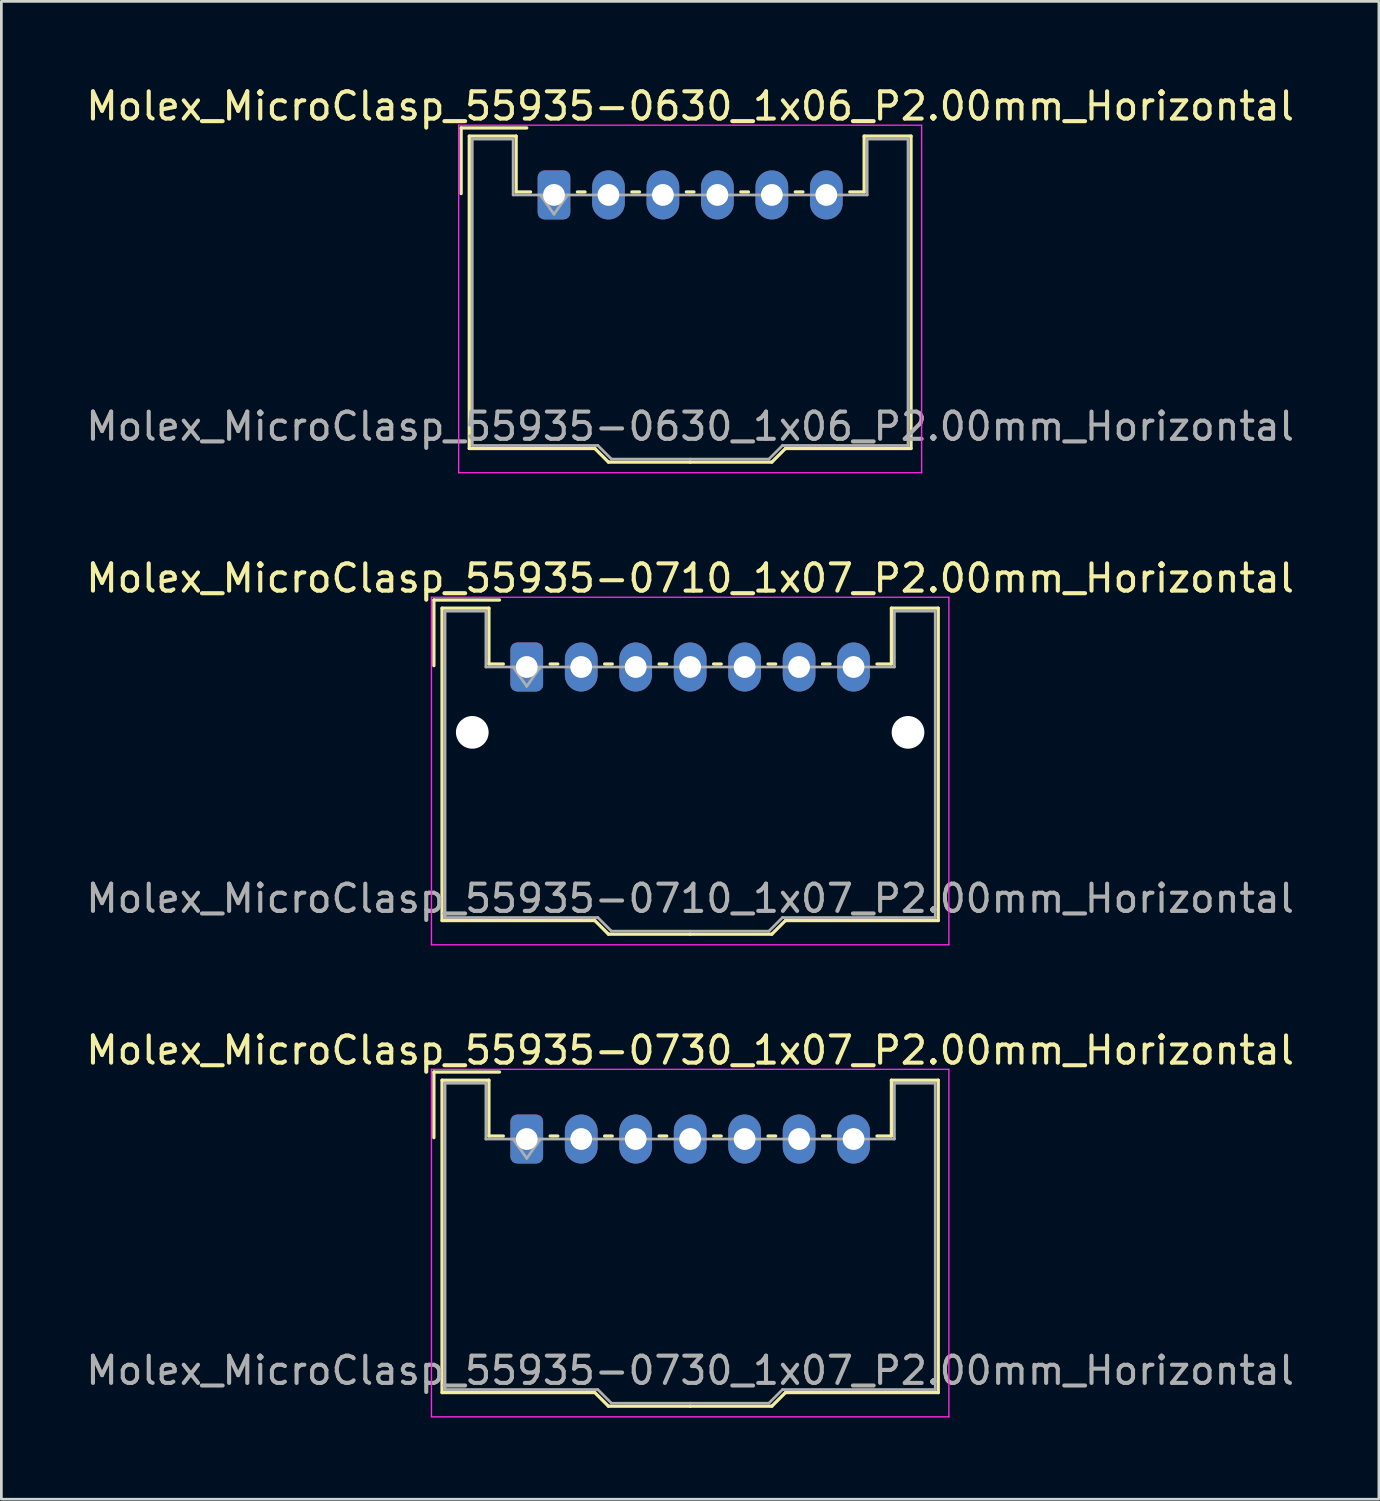
<source format=kicad_pcb>
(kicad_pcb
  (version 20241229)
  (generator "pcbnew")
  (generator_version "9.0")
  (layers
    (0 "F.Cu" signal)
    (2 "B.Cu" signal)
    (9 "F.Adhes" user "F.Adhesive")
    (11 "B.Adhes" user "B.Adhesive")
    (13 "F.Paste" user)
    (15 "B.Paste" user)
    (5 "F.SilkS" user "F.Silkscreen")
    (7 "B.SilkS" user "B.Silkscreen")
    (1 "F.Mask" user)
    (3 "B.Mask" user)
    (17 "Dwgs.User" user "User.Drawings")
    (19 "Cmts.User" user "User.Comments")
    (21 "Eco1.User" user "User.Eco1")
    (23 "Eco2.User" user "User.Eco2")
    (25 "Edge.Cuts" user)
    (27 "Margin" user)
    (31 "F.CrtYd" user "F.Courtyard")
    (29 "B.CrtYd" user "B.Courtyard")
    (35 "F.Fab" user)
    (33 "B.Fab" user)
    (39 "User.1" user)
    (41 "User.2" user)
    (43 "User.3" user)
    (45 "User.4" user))
  (footprint "Molex_MicroClasp_55935-0630_1x06_P2.00mm_Horizontal"
    (layer "F.Cu")
    (at 17.292 4.108)
    (property "Reference" "Molex_MicroClasp_55935-0630_1x06_P2.00mm_Horizontal" (at 5 -3.26 0) (layer "F.SilkS") (effects (font (size 1 1) (thickness 0.15))))
    (attr through_hole)
    (fp_line (start -3.41 -2.46) (end -1 -2.46) (stroke (width 0.12) (type solid)) (layer "F.SilkS"))
    (fp_line (start -3.41 -0.05) (end -3.41 -2.46) (stroke (width 0.12) (type solid)) (layer "F.SilkS"))
    (fp_line (start -3.11 -2.16) (end -1.39 -2.16) (stroke (width 0.12) (type solid)) (layer "F.SilkS"))
    (fp_line (start -3.11 9.31) (end -3.11 -2.16) (stroke (width 0.12) (type solid)) (layer "F.SilkS"))
    (fp_line (start -1.39 -2.16) (end -1.39 -0.11) (stroke (width 0.12) (type solid)) (layer "F.SilkS"))
    (fp_line (start -1.39 -0.11) (end -0.86 -0.11) (stroke (width 0.12) (type solid)) (layer "F.SilkS"))
    (fp_line (start 0.86 -0.11) (end 1.14 -0.11) (stroke (width 0.12) (type solid)) (layer "F.SilkS"))
    (fp_line (start 1.5 9.31) (end -3.11 9.31) (stroke (width 0.12) (type solid)) (layer "F.SilkS"))
    (fp_line (start 2 9.81) (end 1.5 9.31) (stroke (width 0.12) (type solid)) (layer "F.SilkS"))
    (fp_line (start 2.86 -0.11) (end 3.14 -0.11) (stroke (width 0.12) (type solid)) (layer "F.SilkS"))
    (fp_line (start 4.86 -0.11) (end 5.14 -0.11) (stroke (width 0.12) (type solid)) (layer "F.SilkS"))
    (fp_line (start 5 9.81) (end 2 9.81) (stroke (width 0.12) (type solid)) (layer "F.SilkS"))
    (fp_line (start 5 9.81) (end 8 9.81) (stroke (width 0.12) (type solid)) (layer "F.SilkS"))
    (fp_line (start 6.86 -0.11) (end 7.14 -0.11) (stroke (width 0.12) (type solid)) (layer "F.SilkS"))
    (fp_line (start 8 9.81) (end 8.5 9.31) (stroke (width 0.12) (type solid)) (layer "F.SilkS"))
    (fp_line (start 8.5 9.31) (end 13.11 9.31) (stroke (width 0.12) (type solid)) (layer "F.SilkS"))
    (fp_line (start 8.86 -0.11) (end 9.14 -0.11) (stroke (width 0.12) (type solid)) (layer "F.SilkS"))
    (fp_line (start 11.39 -2.16) (end 11.39 -0.11) (stroke (width 0.12) (type solid)) (layer "F.SilkS"))
    (fp_line (start 11.39 -0.11) (end 10.86 -0.11) (stroke (width 0.12) (type solid)) (layer "F.SilkS"))
    (fp_line (start 13.11 -2.16) (end 11.39 -2.16) (stroke (width 0.12) (type solid)) (layer "F.SilkS"))
    (fp_line (start 13.11 9.31) (end 13.11 -2.16) (stroke (width 0.12) (type solid)) (layer "F.SilkS"))
    (fp_line (start -3.5 -2.56) (end -3.5 10.2) (stroke (width 0.05) (type solid)) (layer "F.CrtYd"))
    (fp_line (start -3.5 10.2) (end 13.5 10.2) (stroke (width 0.05) (type solid)) (layer "F.CrtYd"))
    (fp_line (start 13.5 -2.56) (end -3.5 -2.56) (stroke (width 0.05) (type solid)) (layer "F.CrtYd"))
    (fp_line (start 13.5 10.2) (end 13.5 -2.56) (stroke (width 0.05) (type solid)) (layer "F.CrtYd"))
    (fp_line (start -3 -2.05) (end -1.5 -2.05) (stroke (width 0.1) (type solid)) (layer "F.Fab"))
    (fp_line (start -3 9.2) (end -3 -2.05) (stroke (width 0.1) (type solid)) (layer "F.Fab"))
    (fp_line (start -1.5 -2.05) (end -1.5 0) (stroke (width 0.1) (type solid)) (layer "F.Fab"))
    (fp_line (start -1.5 0) (end 5 0) (stroke (width 0.1) (type solid)) (layer "F.Fab"))
    (fp_line (start -0.5 0) (end 0 0.707) (stroke (width 0.1) (type solid)) (layer "F.Fab"))
    (fp_line (start 0 0.707) (end 0.5 0) (stroke (width 0.1) (type solid)) (layer "F.Fab"))
    (fp_line (start 1.61 9.2) (end -3 9.2) (stroke (width 0.1) (type solid)) (layer "F.Fab"))
    (fp_line (start 2.11 9.7) (end 1.61 9.2) (stroke (width 0.1) (type solid)) (layer "F.Fab"))
    (fp_line (start 5 9.7) (end 2.11 9.7) (stroke (width 0.1) (type solid)) (layer "F.Fab"))
    (fp_line (start 5 9.7) (end 7.89 9.7) (stroke (width 0.1) (type solid)) (layer "F.Fab"))
    (fp_line (start 7.89 9.7) (end 8.39 9.2) (stroke (width 0.1) (type solid)) (layer "F.Fab"))
    (fp_line (start 8.39 9.2) (end 13 9.2) (stroke (width 0.1) (type solid)) (layer "F.Fab"))
    (fp_line (start 11.5 -2.05) (end 11.5 0) (stroke (width 0.1) (type solid)) (layer "F.Fab"))
    (fp_line (start 11.5 0) (end 5 0) (stroke (width 0.1) (type solid)) (layer "F.Fab"))
    (fp_line (start 13 -2.05) (end 11.5 -2.05) (stroke (width 0.1) (type solid)) (layer "F.Fab"))
    (fp_line (start 13 9.2) (end 13 -2.05) (stroke (width 0.1) (type solid)) (layer "F.Fab"))
    (fp_text user "${REFERENCE}" (at 5 8.5 0) (layer "F.Fab") (effects (font (size 1 1) (thickness 0.15))))
    (pad "1" thru_hole roundrect (at 0 0) (size 1.2 1.8) (drill 0.8) (layers "*.Cu" "*.Mask") (roundrect_rratio 0.208))
    (pad "2" thru_hole oval (at 2 0) (size 1.2 1.8) (drill 0.8) (layers "*.Cu" "*.Mask"))
    (pad "3" thru_hole oval (at 4 0) (size 1.2 1.8) (drill 0.8) (layers "*.Cu" "*.Mask"))
    (pad "4" thru_hole oval (at 6 0) (size 1.2 1.8) (drill 0.8) (layers "*.Cu" "*.Mask"))
    (pad "5" thru_hole oval (at 8 0) (size 1.2 1.8) (drill 0.8) (layers "*.Cu" "*.Mask"))
    (pad "6" thru_hole oval (at 10 0) (size 1.2 1.8) (drill 0.8) (layers "*.Cu" "*.Mask")))
  (footprint "Molex_MicroClasp_55935-0710_1x07_P2.00mm_Horizontal"
    (layer "F.Cu")
    (at 16.292 21.442)
    (property "Reference" "Molex_MicroClasp_55935-0710_1x07_P2.00mm_Horizontal" (at 6 -3.26 0) (layer "F.SilkS") (effects (font (size 1 1) (thickness 0.15))))
    (attr through_hole)
    (fp_line (start -3.41 -2.46) (end -1 -2.46) (stroke (width 0.12) (type solid)) (layer "F.SilkS"))
    (fp_line (start -3.41 -0.05) (end -3.41 -2.46) (stroke (width 0.12) (type solid)) (layer "F.SilkS"))
    (fp_line (start -3.11 -2.16) (end -1.39 -2.16) (stroke (width 0.12) (type solid)) (layer "F.SilkS"))
    (fp_line (start -3.11 9.31) (end -3.11 -2.16) (stroke (width 0.12) (type solid)) (layer "F.SilkS"))
    (fp_line (start -1.39 -2.16) (end -1.39 -0.11) (stroke (width 0.12) (type solid)) (layer "F.SilkS"))
    (fp_line (start -1.39 -0.11) (end -0.86 -0.11) (stroke (width 0.12) (type solid)) (layer "F.SilkS"))
    (fp_line (start 0.86 -0.11) (end 1.14 -0.11) (stroke (width 0.12) (type solid)) (layer "F.SilkS"))
    (fp_line (start 2.5 9.31) (end -3.11 9.31) (stroke (width 0.12) (type solid)) (layer "F.SilkS"))
    (fp_line (start 2.86 -0.11) (end 3.14 -0.11) (stroke (width 0.12) (type solid)) (layer "F.SilkS"))
    (fp_line (start 3 9.81) (end 2.5 9.31) (stroke (width 0.12) (type solid)) (layer "F.SilkS"))
    (fp_line (start 4.86 -0.11) (end 5.14 -0.11) (stroke (width 0.12) (type solid)) (layer "F.SilkS"))
    (fp_line (start 6 9.81) (end 3 9.81) (stroke (width 0.12) (type solid)) (layer "F.SilkS"))
    (fp_line (start 6 9.81) (end 9 9.81) (stroke (width 0.12) (type solid)) (layer "F.SilkS"))
    (fp_line (start 6.86 -0.11) (end 7.14 -0.11) (stroke (width 0.12) (type solid)) (layer "F.SilkS"))
    (fp_line (start 8.86 -0.11) (end 9.14 -0.11) (stroke (width 0.12) (type solid)) (layer "F.SilkS"))
    (fp_line (start 9 9.81) (end 9.5 9.31) (stroke (width 0.12) (type solid)) (layer "F.SilkS"))
    (fp_line (start 9.5 9.31) (end 15.11 9.31) (stroke (width 0.12) (type solid)) (layer "F.SilkS"))
    (fp_line (start 10.86 -0.11) (end 11.14 -0.11) (stroke (width 0.12) (type solid)) (layer "F.SilkS"))
    (fp_line (start 13.39 -2.16) (end 13.39 -0.11) (stroke (width 0.12) (type solid)) (layer "F.SilkS"))
    (fp_line (start 13.39 -0.11) (end 12.86 -0.11) (stroke (width 0.12) (type solid)) (layer "F.SilkS"))
    (fp_line (start 15.11 -2.16) (end 13.39 -2.16) (stroke (width 0.12) (type solid)) (layer "F.SilkS"))
    (fp_line (start 15.11 9.31) (end 15.11 -2.16) (stroke (width 0.12) (type solid)) (layer "F.SilkS"))
    (fp_line (start -3.5 -2.56) (end -3.5 10.2) (stroke (width 0.05) (type solid)) (layer "F.CrtYd"))
    (fp_line (start -3.5 10.2) (end 15.5 10.2) (stroke (width 0.05) (type solid)) (layer "F.CrtYd"))
    (fp_line (start 15.5 -2.56) (end -3.5 -2.56) (stroke (width 0.05) (type solid)) (layer "F.CrtYd"))
    (fp_line (start 15.5 10.2) (end 15.5 -2.56) (stroke (width 0.05) (type solid)) (layer "F.CrtYd"))
    (fp_line (start -3 -2.05) (end -1.5 -2.05) (stroke (width 0.1) (type solid)) (layer "F.Fab"))
    (fp_line (start -3 9.2) (end -3 -2.05) (stroke (width 0.1) (type solid)) (layer "F.Fab"))
    (fp_line (start -1.5 -2.05) (end -1.5 0) (stroke (width 0.1) (type solid)) (layer "F.Fab"))
    (fp_line (start -1.5 0) (end 6 0) (stroke (width 0.1) (type solid)) (layer "F.Fab"))
    (fp_line (start -0.5 0) (end 0 0.707) (stroke (width 0.1) (type solid)) (layer "F.Fab"))
    (fp_line (start 0 0.707) (end 0.5 0) (stroke (width 0.1) (type solid)) (layer "F.Fab"))
    (fp_line (start 2.61 9.2) (end -3 9.2) (stroke (width 0.1) (type solid)) (layer "F.Fab"))
    (fp_line (start 3.11 9.7) (end 2.61 9.2) (stroke (width 0.1) (type solid)) (layer "F.Fab"))
    (fp_line (start 6 9.7) (end 3.11 9.7) (stroke (width 0.1) (type solid)) (layer "F.Fab"))
    (fp_line (start 6 9.7) (end 8.89 9.7) (stroke (width 0.1) (type solid)) (layer "F.Fab"))
    (fp_line (start 8.89 9.7) (end 9.39 9.2) (stroke (width 0.1) (type solid)) (layer "F.Fab"))
    (fp_line (start 9.39 9.2) (end 15 9.2) (stroke (width 0.1) (type solid)) (layer "F.Fab"))
    (fp_line (start 13.5 -2.05) (end 13.5 0) (stroke (width 0.1) (type solid)) (layer "F.Fab"))
    (fp_line (start 13.5 0) (end 6 0) (stroke (width 0.1) (type solid)) (layer "F.Fab"))
    (fp_line (start 15 -2.05) (end 13.5 -2.05) (stroke (width 0.1) (type solid)) (layer "F.Fab"))
    (fp_line (start 15 9.2) (end 15 -2.05) (stroke (width 0.1) (type solid)) (layer "F.Fab"))
    (fp_text user "${REFERENCE}" (at 6 8.5 0) (layer "F.Fab") (effects (font (size 1 1) (thickness 0.15))))
    (pad "" np_thru_hole circle (at -2 2.4) (size 1.2 1.2) (drill 1.2) (layers "*.Cu" "*.Mask"))
    (pad "" np_thru_hole circle (at 14 2.4) (size 1.2 1.2) (drill 1.2) (layers "*.Cu" "*.Mask"))
    (pad "1" thru_hole roundrect (at 0 0) (size 1.2 1.8) (drill 0.8) (layers "*.Cu" "*.Mask") (roundrect_rratio 0.208))
    (pad "2" thru_hole oval (at 2 0) (size 1.2 1.8) (drill 0.8) (layers "*.Cu" "*.Mask"))
    (pad "3" thru_hole oval (at 4 0) (size 1.2 1.8) (drill 0.8) (layers "*.Cu" "*.Mask"))
    (pad "4" thru_hole oval (at 6 0) (size 1.2 1.8) (drill 0.8) (layers "*.Cu" "*.Mask"))
    (pad "5" thru_hole oval (at 8 0) (size 1.2 1.8) (drill 0.8) (layers "*.Cu" "*.Mask"))
    (pad "6" thru_hole oval (at 10 0) (size 1.2 1.8) (drill 0.8) (layers "*.Cu" "*.Mask"))
    (pad "7" thru_hole oval (at 12 0) (size 1.2 1.8) (drill 0.8) (layers "*.Cu" "*.Mask")))
  (footprint "Molex_MicroClasp_55935-0730_1x07_P2.00mm_Horizontal"
    (layer "F.Cu")
    (at 16.292 38.775)
    (property "Reference" "Molex_MicroClasp_55935-0730_1x07_P2.00mm_Horizontal" (at 6 -3.26 0) (layer "F.SilkS") (effects (font (size 1 1) (thickness 0.15))))
    (attr through_hole)
    (fp_line (start -3.41 -2.46) (end -1 -2.46) (stroke (width 0.12) (type solid)) (layer "F.SilkS"))
    (fp_line (start -3.41 -0.05) (end -3.41 -2.46) (stroke (width 0.12) (type solid)) (layer "F.SilkS"))
    (fp_line (start -3.11 -2.16) (end -1.39 -2.16) (stroke (width 0.12) (type solid)) (layer "F.SilkS"))
    (fp_line (start -3.11 9.31) (end -3.11 -2.16) (stroke (width 0.12) (type solid)) (layer "F.SilkS"))
    (fp_line (start -1.39 -2.16) (end -1.39 -0.11) (stroke (width 0.12) (type solid)) (layer "F.SilkS"))
    (fp_line (start -1.39 -0.11) (end -0.86 -0.11) (stroke (width 0.12) (type solid)) (layer "F.SilkS"))
    (fp_line (start 0.86 -0.11) (end 1.14 -0.11) (stroke (width 0.12) (type solid)) (layer "F.SilkS"))
    (fp_line (start 2.5 9.31) (end -3.11 9.31) (stroke (width 0.12) (type solid)) (layer "F.SilkS"))
    (fp_line (start 2.86 -0.11) (end 3.14 -0.11) (stroke (width 0.12) (type solid)) (layer "F.SilkS"))
    (fp_line (start 3 9.81) (end 2.5 9.31) (stroke (width 0.12) (type solid)) (layer "F.SilkS"))
    (fp_line (start 4.86 -0.11) (end 5.14 -0.11) (stroke (width 0.12) (type solid)) (layer "F.SilkS"))
    (fp_line (start 6 9.81) (end 3 9.81) (stroke (width 0.12) (type solid)) (layer "F.SilkS"))
    (fp_line (start 6 9.81) (end 9 9.81) (stroke (width 0.12) (type solid)) (layer "F.SilkS"))
    (fp_line (start 6.86 -0.11) (end 7.14 -0.11) (stroke (width 0.12) (type solid)) (layer "F.SilkS"))
    (fp_line (start 8.86 -0.11) (end 9.14 -0.11) (stroke (width 0.12) (type solid)) (layer "F.SilkS"))
    (fp_line (start 9 9.81) (end 9.5 9.31) (stroke (width 0.12) (type solid)) (layer "F.SilkS"))
    (fp_line (start 9.5 9.31) (end 15.11 9.31) (stroke (width 0.12) (type solid)) (layer "F.SilkS"))
    (fp_line (start 10.86 -0.11) (end 11.14 -0.11) (stroke (width 0.12) (type solid)) (layer "F.SilkS"))
    (fp_line (start 13.39 -2.16) (end 13.39 -0.11) (stroke (width 0.12) (type solid)) (layer "F.SilkS"))
    (fp_line (start 13.39 -0.11) (end 12.86 -0.11) (stroke (width 0.12) (type solid)) (layer "F.SilkS"))
    (fp_line (start 15.11 -2.16) (end 13.39 -2.16) (stroke (width 0.12) (type solid)) (layer "F.SilkS"))
    (fp_line (start 15.11 9.31) (end 15.11 -2.16) (stroke (width 0.12) (type solid)) (layer "F.SilkS"))
    (fp_line (start -3.5 -2.56) (end -3.5 10.2) (stroke (width 0.05) (type solid)) (layer "F.CrtYd"))
    (fp_line (start -3.5 10.2) (end 15.5 10.2) (stroke (width 0.05) (type solid)) (layer "F.CrtYd"))
    (fp_line (start 15.5 -2.56) (end -3.5 -2.56) (stroke (width 0.05) (type solid)) (layer "F.CrtYd"))
    (fp_line (start 15.5 10.2) (end 15.5 -2.56) (stroke (width 0.05) (type solid)) (layer "F.CrtYd"))
    (fp_line (start -3 -2.05) (end -1.5 -2.05) (stroke (width 0.1) (type solid)) (layer "F.Fab"))
    (fp_line (start -3 9.2) (end -3 -2.05) (stroke (width 0.1) (type solid)) (layer "F.Fab"))
    (fp_line (start -1.5 -2.05) (end -1.5 0) (stroke (width 0.1) (type solid)) (layer "F.Fab"))
    (fp_line (start -1.5 0) (end 6 0) (stroke (width 0.1) (type solid)) (layer "F.Fab"))
    (fp_line (start -0.5 0) (end 0 0.707) (stroke (width 0.1) (type solid)) (layer "F.Fab"))
    (fp_line (start 0 0.707) (end 0.5 0) (stroke (width 0.1) (type solid)) (layer "F.Fab"))
    (fp_line (start 2.61 9.2) (end -3 9.2) (stroke (width 0.1) (type solid)) (layer "F.Fab"))
    (fp_line (start 3.11 9.7) (end 2.61 9.2) (stroke (width 0.1) (type solid)) (layer "F.Fab"))
    (fp_line (start 6 9.7) (end 3.11 9.7) (stroke (width 0.1) (type solid)) (layer "F.Fab"))
    (fp_line (start 6 9.7) (end 8.89 9.7) (stroke (width 0.1) (type solid)) (layer "F.Fab"))
    (fp_line (start 8.89 9.7) (end 9.39 9.2) (stroke (width 0.1) (type solid)) (layer "F.Fab"))
    (fp_line (start 9.39 9.2) (end 15 9.2) (stroke (width 0.1) (type solid)) (layer "F.Fab"))
    (fp_line (start 13.5 -2.05) (end 13.5 0) (stroke (width 0.1) (type solid)) (layer "F.Fab"))
    (fp_line (start 13.5 0) (end 6 0) (stroke (width 0.1) (type solid)) (layer "F.Fab"))
    (fp_line (start 15 -2.05) (end 13.5 -2.05) (stroke (width 0.1) (type solid)) (layer "F.Fab"))
    (fp_line (start 15 9.2) (end 15 -2.05) (stroke (width 0.1) (type solid)) (layer "F.Fab"))
    (fp_text user "${REFERENCE}" (at 6 8.5 0) (layer "F.Fab") (effects (font (size 1 1) (thickness 0.15))))
    (pad "1" thru_hole roundrect (at 0 0) (size 1.2 1.8) (drill 0.8) (layers "*.Cu" "*.Mask") (roundrect_rratio 0.208))
    (pad "2" thru_hole oval (at 2 0) (size 1.2 1.8) (drill 0.8) (layers "*.Cu" "*.Mask"))
    (pad "3" thru_hole oval (at 4 0) (size 1.2 1.8) (drill 0.8) (layers "*.Cu" "*.Mask"))
    (pad "4" thru_hole oval (at 6 0) (size 1.2 1.8) (drill 0.8) (layers "*.Cu" "*.Mask"))
    (pad "5" thru_hole oval (at 8 0) (size 1.2 1.8) (drill 0.8) (layers "*.Cu" "*.Mask"))
    (pad "6" thru_hole oval (at 10 0) (size 1.2 1.8) (drill 0.8) (layers "*.Cu" "*.Mask"))
    (pad "7" thru_hole oval (at 12 0) (size 1.2 1.8) (drill 0.8) (layers "*.Cu" "*.Mask")))
  (gr_rect
    (start -3 -3)
    (end 47.583 52)
    (stroke (width 0.1) (type default))
    (fill no)
    (layer "Edge.Cuts")))
</source>
